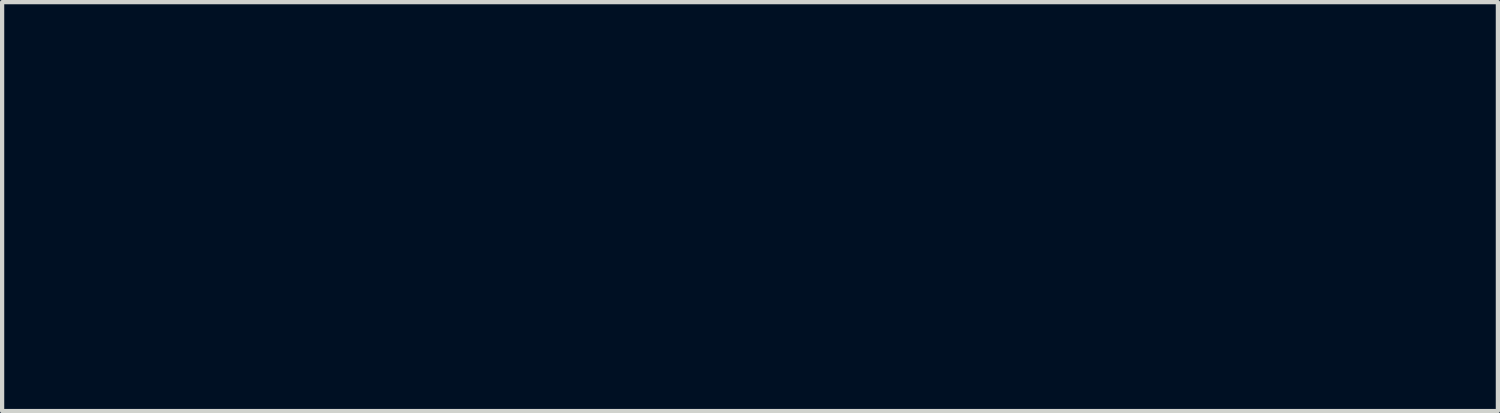
<source format=kicad_pcb>
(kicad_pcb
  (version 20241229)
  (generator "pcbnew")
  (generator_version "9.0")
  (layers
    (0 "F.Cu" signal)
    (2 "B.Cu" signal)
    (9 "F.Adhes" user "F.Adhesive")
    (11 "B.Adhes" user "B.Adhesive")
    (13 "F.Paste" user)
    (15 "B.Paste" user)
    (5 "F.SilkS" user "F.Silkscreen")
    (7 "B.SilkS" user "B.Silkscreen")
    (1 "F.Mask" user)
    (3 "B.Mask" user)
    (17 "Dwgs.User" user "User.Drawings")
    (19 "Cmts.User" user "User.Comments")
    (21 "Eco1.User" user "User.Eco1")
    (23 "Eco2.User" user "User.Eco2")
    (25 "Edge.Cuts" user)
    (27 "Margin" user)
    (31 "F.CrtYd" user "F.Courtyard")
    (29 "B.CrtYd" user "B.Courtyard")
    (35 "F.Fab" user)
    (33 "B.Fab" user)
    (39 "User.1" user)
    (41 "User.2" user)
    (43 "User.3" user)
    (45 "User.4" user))
  (footprint "ZAM_LOGO_440_stopMask"
    (layer "F.Cu")
    (at 14.667 1.793)
    (property "Reference" "ZAM_LOGO_440_stopMask" (at 0 0 0) (layer "User.1") (effects (font (size 1.524 1.524) (thickness 0.3))))
    (attr board_only exclude_from_pos_files exclude_from_bom)
    (fp_poly (pts (xy 3.323 -1.71) (xy 3.564 -1.541) (xy 3.802 -1.303) (xy 4.069 -1.541) (xy 4.403 -1.739) (xy 4.768 -1.792) (xy 5.121 -1.7) (xy 5.358 -1.531) (xy 5.607 -1.283) (xy 5.607 1.863) (xy 4.672 1.863) (xy 4.67 1.164) (xy 4.663 0.82) (xy 4.644 0.631) (xy 4.61 0.58) (xy 4.58 0.614) (xy 4.405 0.789) (xy 4.139 0.935) (xy 3.86 1.012) (xy 3.796 1.016) (xy 3.598 0.969) (xy 3.355 0.852) (xy 3.282 0.807) (xy 2.973 0.598) (xy 2.973 1.863) (xy 1.943 1.863) (xy 1.97 0.289) (xy 1.996 -1.284) (xy 2.274 -1.531) (xy 2.609 -1.733) (xy 2.973 -1.793)) (stroke (width 0) (type solid)) (fill yes) (layer "F.Mask"))
    (fp_poly (pts (xy -1.869 -1.319) (xy -1.884 -1.06) (xy -1.924 -0.88) (xy -1.96 -0.831) (xy -2.004 -0.746) (xy -1.981 -0.534) (xy -1.949 -0.397) (xy -1.896 -0.158) (xy -1.875 0.003) (xy -1.879 0.039) (xy -1.968 0.071) (xy -2.193 0.139) (xy -2.528 0.235) (xy -2.944 0.352) (xy -3.313 0.454) (xy -4.715 0.836) (xy -3.865 0.842) (xy -3.419 0.85) (xy -2.959 0.868) (xy -2.563 0.892) (xy -2.442 0.902) (xy -1.869 0.956) (xy -1.869 1.863) (xy -5.607 1.863) (xy -5.607 1.402) (xy -5.594 1.138) (xy -5.562 0.951) (xy -5.533 0.896) (xy -5.506 0.794) (xy -5.524 0.586) (xy -5.547 0.468) (xy -5.592 0.233) (xy -5.604 0.076) (xy -5.596 0.046) (xy -5.505 0.011) (xy -5.277 -0.059) (xy -4.943 -0.156) (xy -4.53 -0.271) (xy -4.227 -0.354) (xy -3.769 -0.484) (xy -3.399 -0.599) (xy -3.137 -0.693) (xy -3.006 -0.757) (xy -2.999 -0.78) (xy -3.116 -0.802) (xy -3.371 -0.822) (xy -3.729 -0.836) (xy -4.159 -0.844) (xy -4.354 -0.845) (xy -5.607 -0.847) (xy -5.607 -1.778) (xy -1.869 -1.778)) (stroke (width 0) (type solid)) (fill yes) (layer "F.Mask"))
    (fp_poly (pts (xy 1.359 1.863) (xy 0.849 1.863) (xy 0.567 1.858) (xy 0.414 1.833) (xy 0.352 1.772) (xy 0.34 1.659) (xy 0.34 1.655) (xy 0.34 1.447) (xy 0.131 1.655) (xy -0.124 1.805) (xy -0.455 1.867) (xy -0.793 1.839) (xy -1.067 1.717) (xy -1.073 1.713) (xy -1.215 1.579) (xy -1.316 1.422) (xy -1.383 1.214) (xy -1.422 0.923) (xy -1.425 0.847) (xy -0.425 0.847) (xy 0.34 0.847) (xy 0.34 0.044) (xy 0.338 -0.329) (xy 0.326 -0.567) (xy 0.297 -0.703) (xy 0.242 -0.771) (xy 0.153 -0.805) (xy 0.134 -0.81) (xy -0.102 -0.829) (xy -0.249 -0.806) (xy -0.331 -0.767) (xy -0.383 -0.688) (xy -0.411 -0.537) (xy -0.423 -0.28) (xy -0.425 0.048) (xy -0.425 0.847) (xy -1.425 0.847) (xy -1.44 0.519) (xy -1.444 0.044) (xy -1.433 -0.563) (xy -1.394 -1.022) (xy -1.315 -1.351) (xy -1.187 -1.572) (xy -0.998 -1.703) (xy -0.739 -1.765) (xy -0.469 -1.778) (xy -0.17 -1.75) (xy 0.041 -1.65) (xy 0.131 -1.57) (xy 0.34 -1.362) (xy 0.34 -1.57) (xy 0.351 -1.685) (xy 0.412 -1.748) (xy 0.561 -1.773) (xy 0.839 -1.778) (xy 0.849 -1.778) (xy 1.359 -1.778)) (stroke (width 0) (type solid)) (fill yes) (layer "F.Mask")))
  (gr_rect
    (start -3 -3)
    (end 32.333 6.66)
    (stroke (width 0.1) (type default))
    (fill no)
    (layer "Edge.Cuts")))
</source>
